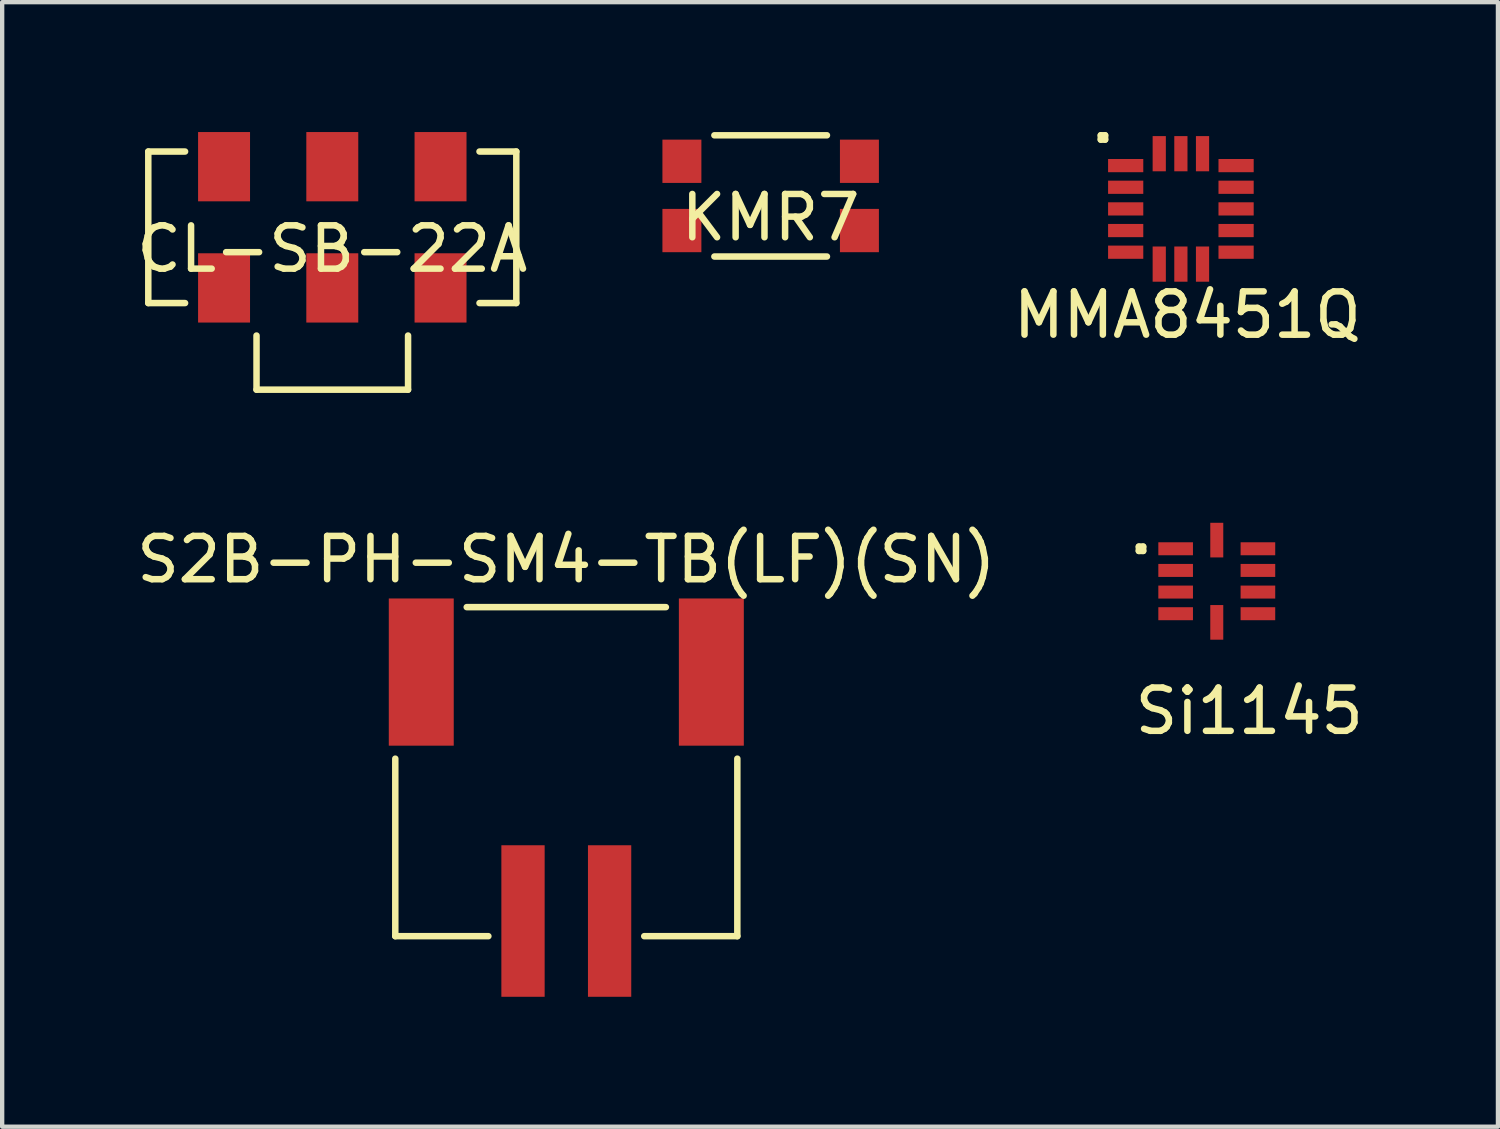
<source format=kicad_pcb>
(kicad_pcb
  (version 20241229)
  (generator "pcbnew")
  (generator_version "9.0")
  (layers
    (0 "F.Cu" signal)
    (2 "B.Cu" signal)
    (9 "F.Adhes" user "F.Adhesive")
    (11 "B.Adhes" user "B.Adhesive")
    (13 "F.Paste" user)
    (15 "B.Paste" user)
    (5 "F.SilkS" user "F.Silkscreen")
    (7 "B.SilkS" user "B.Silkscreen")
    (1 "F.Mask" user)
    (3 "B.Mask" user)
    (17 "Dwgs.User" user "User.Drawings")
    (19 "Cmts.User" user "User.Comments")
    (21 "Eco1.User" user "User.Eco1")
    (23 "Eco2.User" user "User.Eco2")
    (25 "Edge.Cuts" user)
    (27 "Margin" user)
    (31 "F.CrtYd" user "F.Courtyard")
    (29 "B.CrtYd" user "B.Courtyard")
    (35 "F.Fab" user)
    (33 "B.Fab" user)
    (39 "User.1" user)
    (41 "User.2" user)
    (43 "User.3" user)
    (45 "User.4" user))
  (footprint "KMR7"
    (layer "F.Cu")
    (at 14.75 1.475)
    (property "Reference" "KMR7" (at 0 0.5 0) (layer "F.SilkS") (effects (font (size 1 1) (thickness 0.15))))
    (attr through_hole)
    (fp_line (start -1.3 -1.4) (end 1.3 -1.4) (stroke (width 0.15) (type solid)) (layer "F.SilkS"))
    (fp_line (start -1.3 1.4) (end 1.3 1.4) (stroke (width 0.15) (type solid)) (layer "F.SilkS"))
    (pad "1" smd rect (at -2.05 -0.8) (size 0.9 1) (layers "F.Cu" "F.Mask" "F.Paste"))
    (pad "1" smd rect (at 2.05 -0.8) (size 0.9 1) (layers "F.Cu" "F.Mask" "F.Paste"))
    (pad "2" smd rect (at -2.05 0.8) (size 0.9 1) (layers "F.Cu" "F.Mask" "F.Paste"))
    (pad "2" smd rect (at 2.05 0.8) (size 0.9 1) (layers "F.Cu" "F.Mask" "F.Paste")))
  (footprint "S2B-PH-SM4-TB(LF)(SN)"
    (layer "F.Cu")
    (at 10.03 10.973)
    (property "Reference" "S2B-PH-SM4-TB(LF)(SN)" (at 0 -1.1 0) (layer "F.SilkS") (effects (font (size 1 1) (thickness 0.15))))
    (attr smd)
    (fp_line (start -3.95 7.6) (end -3.95 3.5) (stroke (width 0.15) (type solid)) (layer "F.SilkS"))
    (fp_line (start -3.95 7.6) (end -1.8 7.6) (stroke (width 0.15) (type solid)) (layer "F.SilkS"))
    (fp_line (start -2.3 0) (end 2.3 0) (stroke (width 0.15) (type solid)) (layer "F.SilkS"))
    (fp_line (start 3.95 7.6) (end 1.8 7.6) (stroke (width 0.15) (type solid)) (layer "F.SilkS"))
    (fp_line (start 3.95 7.6) (end 3.95 3.5) (stroke (width 0.15) (type solid)) (layer "F.SilkS"))
    (pad "" smd rect (at -3.35 1.5) (size 1.5 3.4) (layers "F.Cu" "F.Mask" "F.Paste"))
    (pad "" smd rect (at 3.35 1.5) (size 1.5 3.4) (layers "F.Cu" "F.Mask" "F.Paste"))
    (pad "1" smd rect (at 1 7.25) (size 1 3.5) (layers "F.Cu" "F.Mask" "F.Paste"))
    (pad "2" smd rect (at -1 7.25) (size 1 3.5) (layers "F.Cu" "F.Mask" "F.Paste")))
  (footprint "Si1145"
    (layer "F.Cu")
    (at 25.054 10.375)
    (property "Reference" "Si1145" (at 0.75 3 0) (layer "F.SilkS") (effects (font (size 1 1) (thickness 0.15))))
    (attr through_hole)
    (fp_line (start -1.8 -0.8) (end -1.8 -0.7) (stroke (width 0.15) (type solid)) (layer "F.SilkS"))
    (fp_line (start -1.8 -0.7) (end -1.7 -0.7) (stroke (width 0.15) (type solid)) (layer "F.SilkS"))
    (fp_line (start -1.7 -0.8) (end -1.8 -0.8) (stroke (width 0.15) (type solid)) (layer "F.SilkS"))
    (fp_line (start -1.7 -0.7) (end -1.7 -0.8) (stroke (width 0.15) (type solid)) (layer "F.SilkS"))
    (pad "1" smd rect (at -0.95 -0.75) (size 0.8 0.3) (layers "F.Cu" "F.Mask" "F.Paste"))
    (pad "2" smd rect (at -0.95 -0.25) (size 0.8 0.3) (layers "F.Cu" "F.Mask" "F.Paste"))
    (pad "3" smd rect (at -0.95 0.25) (size 0.8 0.3) (layers "F.Cu" "F.Mask" "F.Paste"))
    (pad "4" smd rect (at -0.95 0.75) (size 0.8 0.3) (layers "F.Cu" "F.Mask" "F.Paste"))
    (pad "5" smd rect (at 0 0.95 90) (size 0.8 0.3) (layers "F.Cu" "F.Mask" "F.Paste"))
    (pad "6" smd rect (at 0.95 0.75 180) (size 0.8 0.3) (layers "F.Cu" "F.Mask" "F.Paste"))
    (pad "7" smd rect (at 0.95 0.25) (size 0.8 0.3) (layers "F.Cu" "F.Mask" "F.Paste"))
    (pad "8" smd rect (at 0.95 -0.25) (size 0.8 0.3) (layers "F.Cu" "F.Mask" "F.Paste"))
    (pad "9" smd rect (at 0.95 -0.75) (size 0.8 0.3) (layers "F.Cu" "F.Mask" "F.Paste"))
    (pad "10" smd rect (at 0 -0.95 90) (size 0.8 0.3) (layers "F.Cu" "F.Mask" "F.Paste")))
  (footprint "MMA8451Q"
    (layer "F.Cu")
    (at 24.225 1.775)
    (property "Reference" "MMA8451Q" (at 0.15 2.45 0) (layer "F.SilkS") (effects (font (size 1 1) (thickness 0.15))))
    (attr through_hole)
    (fp_line (start -1.85 -1.7) (end -1.75 -1.7) (stroke (width 0.15) (type solid)) (layer "F.SilkS"))
    (fp_line (start -1.85 -1.6) (end -1.85 -1.7) (stroke (width 0.15) (type solid)) (layer "F.SilkS"))
    (fp_line (start -1.75 -1.7) (end -1.75 -1.6) (stroke (width 0.15) (type solid)) (layer "F.SilkS"))
    (fp_line (start -1.75 -1.6) (end -1.85 -1.6) (stroke (width 0.15) (type solid)) (layer "F.SilkS"))
    (pad "1" smd rect (at -1.275 -1) (size 0.813 0.305) (layers "F.Cu" "F.Mask" "F.Paste"))
    (pad "2" smd rect (at -1.275 -0.5) (size 0.813 0.305) (layers "F.Cu" "F.Mask" "F.Paste"))
    (pad "3" smd rect (at -1.275 0) (size 0.813 0.305) (layers "F.Cu" "F.Mask" "F.Paste"))
    (pad "4" smd rect (at -1.275 0.5) (size 0.813 0.305) (layers "F.Cu" "F.Mask" "F.Paste"))
    (pad "5" smd rect (at -1.275 1) (size 0.813 0.305) (layers "F.Cu" "F.Mask" "F.Paste"))
    (pad "6" smd rect (at -0.5 1.275 90) (size 0.813 0.305) (layers "F.Cu" "F.Mask" "F.Paste"))
    (pad "7" smd rect (at 0 1.275 90) (size 0.813 0.305) (layers "F.Cu" "F.Mask" "F.Paste"))
    (pad "8" smd rect (at 0.5 1.275 90) (size 0.813 0.305) (layers "F.Cu" "F.Mask" "F.Paste"))
    (pad "9" smd rect (at 1.275 1) (size 0.813 0.305) (layers "F.Cu" "F.Mask" "F.Paste"))
    (pad "10" smd rect (at 1.275 0.5) (size 0.813 0.305) (layers "F.Cu" "F.Mask" "F.Paste"))
    (pad "11" smd rect (at 1.275 0) (size 0.813 0.305) (layers "F.Cu" "F.Mask" "F.Paste"))
    (pad "12" smd rect (at 1.275 -0.5) (size 0.813 0.305) (layers "F.Cu" "F.Mask" "F.Paste"))
    (pad "13" smd rect (at 1.275 -1) (size 0.813 0.305) (layers "F.Cu" "F.Mask" "F.Paste"))
    (pad "14" smd rect (at 0.5 -1.275 90) (size 0.813 0.305) (layers "F.Cu" "F.Mask" "F.Paste"))
    (pad "15" smd rect (at 0 -1.275 90) (size 0.813 0.305) (layers "F.Cu" "F.Mask" "F.Paste"))
    (pad "16" smd rect (at -0.5 -1.275 90) (size 0.813 0.305) (layers "F.Cu" "F.Mask" "F.Paste")))
  (footprint "CL-SB-22A"
    (layer "F.Cu")
    (at 4.625 2.2)
    (property "Reference" "CL-SB-22A" (at 0 0.5 0) (layer "F.SilkS") (effects (font (size 1 1) (thickness 0.15))))
    (attr through_hole)
    (fp_line (start -4.25 -1.75) (end -4.25 1.75) (stroke (width 0.15) (type solid)) (layer "F.SilkS"))
    (fp_line (start -4.25 -1.75) (end -3.4 -1.75) (stroke (width 0.15) (type solid)) (layer "F.SilkS"))
    (fp_line (start -4.25 1.75) (end -3.4 1.75) (stroke (width 0.15) (type solid)) (layer "F.SilkS"))
    (fp_line (start -1.75 3.75) (end -1.75 2.5) (stroke (width 0.15) (type solid)) (layer "F.SilkS"))
    (fp_line (start -1.75 3.75) (end 1.75 3.75) (stroke (width 0.15) (type solid)) (layer "F.SilkS"))
    (fp_line (start 1.75 3.75) (end 1.75 2.5) (stroke (width 0.15) (type solid)) (layer "F.SilkS"))
    (fp_line (start 4.25 -1.75) (end 3.4 -1.75) (stroke (width 0.15) (type solid)) (layer "F.SilkS"))
    (fp_line (start 4.25 -1.75) (end 4.25 1.75) (stroke (width 0.15) (type solid)) (layer "F.SilkS"))
    (fp_line (start 4.25 1.75) (end 3.4 1.75) (stroke (width 0.15) (type solid)) (layer "F.SilkS"))
    (pad "1" smd rect (at -2.5 1.4) (size 1.2 1.6) (layers "F.Cu" "F.Mask" "F.Paste"))
    (pad "2" smd rect (at 0 1.4) (size 1.2 1.6) (layers "F.Cu" "F.Mask" "F.Paste"))
    (pad "3" smd rect (at 2.5 1.4) (size 1.2 1.6) (layers "F.Cu" "F.Mask" "F.Paste"))
    (pad "4" smd rect (at -2.5 -1.4) (size 1.2 1.6) (layers "F.Cu" "F.Mask" "F.Paste"))
    (pad "5" smd rect (at 0 -1.4) (size 1.2 1.6) (layers "F.Cu" "F.Mask" "F.Paste"))
    (pad "6" smd rect (at 2.5 -1.4) (size 1.2 1.6) (layers "F.Cu" "F.Mask" "F.Paste")))
  (gr_rect
    (start -3 -3)
    (end 31.548 22.973)
    (stroke (width 0.1) (type default))
    (fill no)
    (layer "Edge.Cuts")))
</source>
